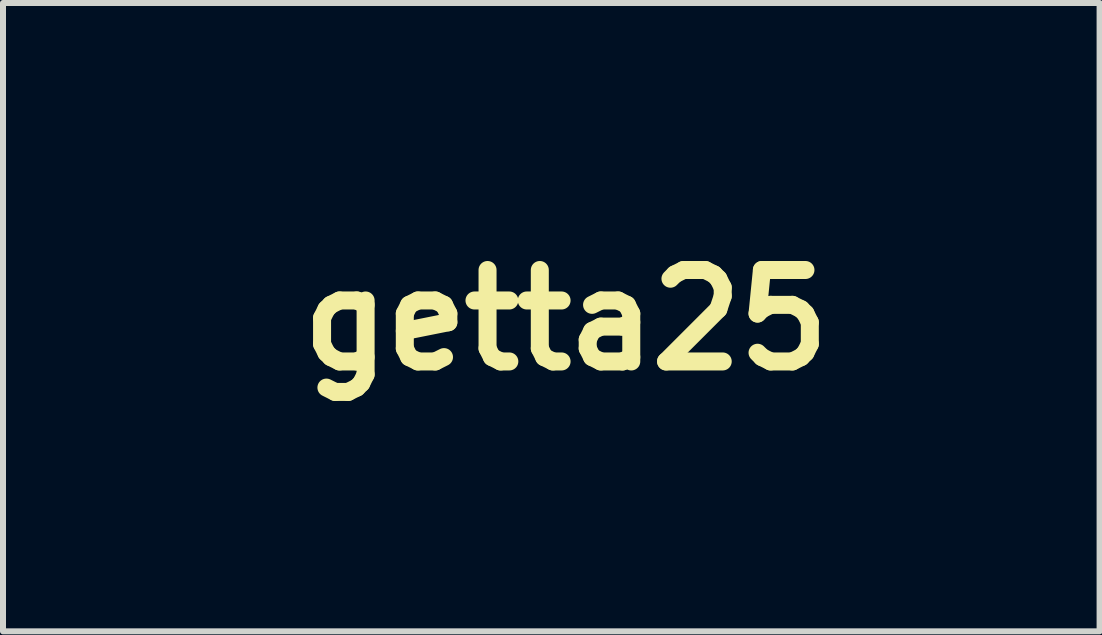
<source format=kicad_pcb>
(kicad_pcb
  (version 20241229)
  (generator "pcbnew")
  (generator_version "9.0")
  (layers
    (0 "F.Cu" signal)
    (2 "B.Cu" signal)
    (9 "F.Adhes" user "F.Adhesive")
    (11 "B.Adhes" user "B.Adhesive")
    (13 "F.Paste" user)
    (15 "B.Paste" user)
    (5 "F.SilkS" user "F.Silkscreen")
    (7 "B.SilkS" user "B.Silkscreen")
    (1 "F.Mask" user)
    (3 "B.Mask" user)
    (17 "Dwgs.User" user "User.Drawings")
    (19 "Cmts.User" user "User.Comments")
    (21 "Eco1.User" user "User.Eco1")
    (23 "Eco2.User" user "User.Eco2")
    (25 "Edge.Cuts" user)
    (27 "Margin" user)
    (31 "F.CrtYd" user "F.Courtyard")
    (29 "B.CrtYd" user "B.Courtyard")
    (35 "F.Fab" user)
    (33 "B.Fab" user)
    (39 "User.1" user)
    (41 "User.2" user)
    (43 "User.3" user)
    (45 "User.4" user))
  (footprint "getta25"
    (layer "F.Cu")
    (at 6.381 2.284)
    (property "Reference" "getta25" (at 0 0 0) (layer "F.SilkS") (effects (font (size 1.524 1.524) (thickness 0.3))))
    (attr through_hole)
    (fp_poly (pts (xy -2.49 -1.025) (xy -2.427 -1.014) (xy -2.435 -0.693) (xy -2.438 -0.572) (xy -2.442 -0.482) (xy -2.448 -0.415) (xy -2.456 -0.364) (xy -2.466 -0.324) (xy -2.48 -0.288) (xy -2.481 -0.286) (xy -2.546 -0.18) (xy -2.634 -0.102) (xy -2.743 -0.053) (xy -2.875 -0.033) (xy -3.027 -0.041) (xy -3.063 -0.047) (xy -3.139 -0.06) (xy -3.187 -0.065) (xy -3.216 -0.063) (xy -3.233 -0.054) (xy -3.242 -0.044) (xy -3.264 0.003) (xy -3.288 0.078) (xy -3.311 0.174) (xy -3.332 0.283) (xy -3.35 0.397) (xy -3.364 0.509) (xy -3.372 0.61) (xy -3.374 0.694) (xy -3.368 0.751) (xy -3.343 0.789) (xy -3.295 0.802) (xy -3.227 0.79) (xy -3.141 0.754) (xy -3.038 0.697) (xy -2.921 0.618) (xy -2.791 0.518) (xy -2.651 0.4) (xy -2.57 0.327) (xy -2.5 0.263) (xy -2.45 0.222) (xy -2.416 0.201) (xy -2.395 0.196) (xy -2.385 0.2) (xy -2.369 0.231) (xy -2.376 0.251) (xy -2.402 0.289) (xy -2.448 0.346) (xy -2.509 0.418) (xy -2.58 0.498) (xy -2.655 0.581) (xy -2.73 0.662) (xy -2.799 0.733) (xy -2.857 0.79) (xy -2.886 0.816) (xy -2.983 0.895) (xy -3.061 0.948) (xy -3.128 0.978) (xy -3.188 0.986) (xy -3.246 0.975) (xy -3.275 0.963) (xy -3.353 0.923) (xy -3.434 0.871) (xy -3.509 0.815) (xy -3.571 0.76) (xy -3.612 0.713) (xy -3.622 0.696) (xy -3.632 0.665) (xy -3.636 0.631) (xy -3.634 0.585) (xy -3.624 0.52) (xy -3.61 0.446) (xy -3.587 0.338) (xy -3.558 0.218) (xy -3.528 0.105) (xy -3.518 0.07) (xy -3.463 -0.115) (xy -3.501 -0.15) (xy -3.193 -0.15) (xy -3.176 -0.147) (xy -3.131 -0.146) (xy -3.065 -0.147) (xy -3.013 -0.148) (xy -2.924 -0.152) (xy -2.862 -0.16) (xy -2.819 -0.171) (xy -2.787 -0.188) (xy -2.782 -0.192) (xy -2.739 -0.228) (xy -2.708 -0.27) (xy -2.687 -0.323) (xy -2.675 -0.395) (xy -2.669 -0.49) (xy -2.667 -0.603) (xy -2.667 -0.853) (xy -2.714 -0.853) (xy -2.757 -0.838) (xy -2.812 -0.796) (xy -2.874 -0.734) (xy -2.938 -0.656) (xy -2.999 -0.567) (xy -3.011 -0.548) (xy -3.041 -0.492) (xy -3.077 -0.423) (xy -3.113 -0.347) (xy -3.146 -0.273) (xy -3.173 -0.21) (xy -3.19 -0.165) (xy -3.193 -0.15) (xy -3.501 -0.15) (xy -3.511 -0.16) (xy -3.54 -0.197) (xy -3.536 -0.221) (xy -3.501 -0.229) (xy -3.466 -0.225) (xy -3.444 -0.223) (xy -3.425 -0.232) (xy -3.405 -0.257) (xy -3.381 -0.304) (xy -3.347 -0.375) (xy -3.276 -0.523) (xy -3.2 -0.658) (xy -3.124 -0.777) (xy -3.05 -0.875) (xy -2.981 -0.949) (xy -2.92 -0.993) (xy -2.907 -0.999) (xy -2.864 -1.004) (xy -2.802 -0.989) (xy -2.773 -0.979) (xy -2.722 -0.959) (xy -2.687 -0.948) (xy -2.678 -0.947) (xy -2.646 -1.001) (xy -2.602 -1.028) (xy -2.539 -1.032) (xy -2.49 -1.025)) (stroke (width 0.01) (type solid)) (fill yes) (layer "F.Mask"))
    (fp_poly (pts (xy 3.322 -1.428) (xy 3.359 -1.41) (xy 3.402 -1.372) (xy 3.43 -1.343) (xy 3.476 -1.296) (xy 3.507 -1.27) (xy 3.534 -1.263) (xy 3.565 -1.267) (xy 3.576 -1.271) (xy 3.64 -1.285) (xy 3.687 -1.283) (xy 3.721 -1.263) (xy 3.744 -1.22) (xy 3.757 -1.151) (xy 3.762 -1.053) (xy 3.762 -0.947) (xy 3.76 -0.857) (xy 3.755 -0.781) (xy 3.745 -0.713) (xy 3.726 -0.65) (xy 3.697 -0.588) (xy 3.654 -0.523) (xy 3.596 -0.45) (xy 3.521 -0.366) (xy 3.425 -0.266) (xy 3.306 -0.147) (xy 3.259 -0.1) (xy 3.152 0.006) (xy 3.043 0.111) (xy 2.938 0.21) (xy 2.843 0.299) (xy 2.762 0.371) (xy 2.702 0.424) (xy 2.7 0.425) (xy 2.634 0.481) (xy 2.58 0.528) (xy 2.544 0.563) (xy 2.531 0.581) (xy 2.531 0.581) (xy 2.552 0.588) (xy 2.599 0.596) (xy 2.664 0.604) (xy 2.678 0.605) (xy 2.805 0.621) (xy 2.955 0.649) (xy 3.117 0.687) (xy 3.283 0.73) (xy 3.441 0.778) (xy 3.583 0.827) (xy 3.696 0.875) (xy 3.775 0.926) (xy 3.821 0.992) (xy 3.835 1.075) (xy 3.819 1.176) (xy 3.812 1.202) (xy 3.785 1.257) (xy 3.753 1.278) (xy 3.718 1.265) (xy 3.709 1.256) (xy 3.678 1.22) (xy 3.642 1.176) (xy 3.642 1.176) (xy 3.603 1.145) (xy 3.539 1.113) (xy 3.446 1.079) (xy 3.322 1.044) (xy 3.164 1.005) (xy 3.102 0.991) (xy 2.902 0.951) (xy 2.72 0.925) (xy 2.541 0.911) (xy 2.376 0.907) (xy 2.167 0.907) (xy 2.086 0.99) (xy 2.039 1.036) (xy 2.005 1.059) (xy 1.973 1.066) (xy 1.944 1.063) (xy 1.872 1.04) (xy 1.83 0.997) (xy 1.815 0.929) (xy 1.815 0.918) (xy 1.822 0.825) (xy 1.842 0.732) (xy 1.87 0.651) (xy 1.904 0.592) (xy 1.912 0.584) (xy 1.935 0.563) (xy 1.959 0.549) (xy 1.992 0.542) (xy 2.042 0.54) (xy 2.118 0.541) (xy 2.143 0.541) (xy 2.327 0.546) (xy 2.42 0.469) (xy 2.563 0.345) (xy 2.708 0.211) (xy 2.851 0.071) (xy 2.986 -0.069) (xy 3.108 -0.204) (xy 3.212 -0.328) (xy 3.293 -0.436) (xy 3.296 -0.441) (xy 3.381 -0.595) (xy 3.431 -0.753) (xy 3.447 -0.913) (xy 3.444 -0.999) (xy 3.43 -1.055) (xy 3.399 -1.088) (xy 3.346 -1.103) (xy 3.265 -1.107) (xy 3.263 -1.107) (xy 3.104 -1.089) (xy 2.936 -1.037) (xy 2.759 -0.951) (xy 2.631 -0.87) (xy 2.551 -0.814) (xy 2.498 -0.769) (xy 2.467 -0.728) (xy 2.454 -0.683) (xy 2.453 -0.627) (xy 2.456 -0.592) (xy 2.46 -0.52) (xy 2.456 -0.475) (xy 2.45 -0.463) (xy 2.426 -0.468) (xy 2.387 -0.496) (xy 2.339 -0.539) (xy 2.288 -0.593) (xy 2.24 -0.65) (xy 2.202 -0.704) (xy 2.189 -0.728) (xy 2.165 -0.786) (xy 2.153 -0.836) (xy 2.154 -0.854) (xy 2.178 -0.89) (xy 2.234 -0.941) (xy 2.322 -1.006) (xy 2.441 -1.085) (xy 2.551 -1.153) (xy 2.706 -1.24) (xy 2.86 -1.315) (xy 3.005 -1.373) (xy 3.136 -1.412) (xy 3.248 -1.432) (xy 3.282 -1.433) (xy 3.322 -1.428)) (stroke (width 0.01) (type solid)) (fill yes) (layer "F.Mask"))
    (fp_poly (pts (xy 1.065 -0.982) (xy 1.116 -0.951) (xy 1.177 -0.907) (xy 1.238 -0.859) (xy 1.29 -0.813) (xy 1.325 -0.777) (xy 1.33 -0.769) (xy 1.332 -0.744) (xy 1.308 -0.732) (xy 1.264 -0.737) (xy 1.245 -0.743) (xy 1.196 -0.755) (xy 1.132 -0.761) (xy 1.107 -0.762) (xy 1.049 -0.758) (xy 1.005 -0.743) (xy 0.957 -0.708) (xy 0.94 -0.694) (xy 0.82 -0.579) (xy 0.697 -0.434) (xy 0.568 -0.258) (xy 0.522 -0.191) (xy 0.398 0.008) (xy 0.296 0.198) (xy 0.217 0.376) (xy 0.162 0.537) (xy 0.133 0.679) (xy 0.132 0.694) (xy 0.127 0.753) (xy 0.129 0.784) (xy 0.141 0.796) (xy 0.166 0.798) (xy 0.171 0.798) (xy 0.223 0.79) (xy 0.271 0.772) (xy 0.311 0.743) (xy 0.37 0.689) (xy 0.443 0.615) (xy 0.528 0.523) (xy 0.621 0.419) (xy 0.717 0.306) (xy 0.796 0.209) (xy 0.943 0.022) (xy 1.066 -0.143) (xy 1.167 -0.292) (xy 1.25 -0.427) (xy 1.316 -0.554) (xy 1.368 -0.675) (xy 1.38 -0.709) (xy 1.412 -0.792) (xy 1.438 -0.843) (xy 1.466 -0.866) (xy 1.499 -0.864) (xy 1.543 -0.839) (xy 1.571 -0.819) (xy 1.616 -0.786) (xy 1.647 -0.759) (xy 1.665 -0.731) (xy 1.669 -0.696) (xy 1.66 -0.647) (xy 1.639 -0.578) (xy 1.606 -0.483) (xy 1.595 -0.452) (xy 1.558 -0.342) (xy 1.519 -0.223) (xy 1.481 -0.101) (xy 1.445 0.017) (xy 1.414 0.127) (xy 1.388 0.222) (xy 1.37 0.296) (xy 1.361 0.343) (xy 1.361 0.351) (xy 1.365 0.365) (xy 1.382 0.359) (xy 1.415 0.333) (xy 1.468 0.283) (xy 1.478 0.272) (xy 1.545 0.211) (xy 1.59 0.178) (xy 1.615 0.173) (xy 1.618 0.195) (xy 1.598 0.244) (xy 1.566 0.3) (xy 1.489 0.437) (xy 1.419 0.584) (xy 1.361 0.726) (xy 1.326 0.833) (xy 1.305 0.9) (xy 1.285 0.952) (xy 1.269 0.98) (xy 1.266 0.982) (xy 1.237 0.982) (xy 1.191 0.964) (xy 1.136 0.934) (xy 1.084 0.897) (xy 1.07 0.885) (xy 1.043 0.842) (xy 1.034 0.8) (xy 1.039 0.739) (xy 1.053 0.652) (xy 1.074 0.543) (xy 1.1 0.421) (xy 1.13 0.291) (xy 1.163 0.162) (xy 1.196 0.041) (xy 1.229 -0.067) (xy 1.241 -0.104) (xy 1.264 -0.178) (xy 1.273 -0.221) (xy 1.268 -0.232) (xy 1.249 -0.211) (xy 1.222 -0.168) (xy 1.175 -0.093) (xy 1.107 0.003) (xy 1.023 0.115) (xy 0.928 0.236) (xy 0.826 0.362) (xy 0.722 0.487) (xy 0.62 0.605) (xy 0.525 0.712) (xy 0.441 0.8) (xy 0.373 0.866) (xy 0.368 0.871) (xy 0.318 0.911) (xy 0.26 0.952) (xy 0.205 0.987) (xy 0.162 1.01) (xy 0.141 1.015) (xy 0.123 1.007) (xy 0.1 0.994) (xy 0.016 0.938) (xy -0.048 0.876) (xy -0.086 0.816) (xy -0.089 0.805) (xy -0.098 0.719) (xy -0.086 0.608) (xy -0.055 0.478) (xy -0.007 0.333) (xy 0.058 0.176) (xy 0.135 0.012) (xy 0.225 -0.154) (xy 0.326 -0.319) (xy 0.435 -0.478) (xy 0.465 -0.52) (xy 0.549 -0.626) (xy 0.637 -0.728) (xy 0.724 -0.82) (xy 0.804 -0.896) (xy 0.873 -0.953) (xy 0.916 -0.979) (xy 0.995 -1.018) (xy 1.065 -0.982)) (stroke (width 0.01) (type solid)) (fill yes) (layer "F.Mask"))
    (fp_poly (pts (xy 5.828 -1.465) (xy 5.848 -1.456) (xy 5.856 -1.428) (xy 5.865 -1.374) (xy 5.873 -1.305) (xy 5.881 -1.231) (xy 5.886 -1.162) (xy 5.888 -1.108) (xy 5.885 -1.081) (xy 5.873 -1.058) (xy 5.854 -1.043) (xy 5.824 -1.035) (xy 5.778 -1.034) (xy 5.71 -1.041) (xy 5.618 -1.055) (xy 5.495 -1.076) (xy 5.469 -1.081) (xy 5.342 -1.102) (xy 5.21 -1.122) (xy 5.082 -1.138) (xy 4.97 -1.15) (xy 4.905 -1.155) (xy 4.826 -1.16) (xy 4.766 -1.162) (xy 4.72 -1.158) (xy 4.685 -1.143) (xy 4.655 -1.114) (xy 4.627 -1.067) (xy 4.597 -0.998) (xy 4.559 -0.902) (xy 4.521 -0.807) (xy 4.457 -0.643) (xy 4.408 -0.51) (xy 4.372 -0.407) (xy 4.351 -0.332) (xy 4.341 -0.283) (xy 4.343 -0.262) (xy 4.354 -0.256) (xy 4.379 -0.26) (xy 4.424 -0.277) (xy 4.491 -0.308) (xy 4.585 -0.354) (xy 4.618 -0.371) (xy 4.802 -0.46) (xy 4.963 -0.529) (xy 5.099 -0.576) (xy 5.208 -0.601) (xy 5.263 -0.605) (xy 5.351 -0.59) (xy 5.426 -0.548) (xy 5.477 -0.483) (xy 5.481 -0.475) (xy 5.521 -0.426) (xy 5.583 -0.391) (xy 5.683 -0.338) (xy 5.758 -0.271) (xy 5.799 -0.206) (xy 5.812 -0.149) (xy 5.809 -0.076) (xy 5.789 0.016) (xy 5.75 0.133) (xy 5.722 0.206) (xy 5.609 0.453) (xy 5.466 0.706) (xy 5.296 0.959) (xy 5.102 1.208) (xy 4.889 1.447) (xy 4.661 1.671) (xy 4.551 1.769) (xy 4.379 1.91) (xy 4.226 2.022) (xy 4.094 2.104) (xy 3.981 2.158) (xy 3.886 2.182) (xy 3.81 2.178) (xy 3.783 2.167) (xy 3.739 2.137) (xy 3.68 2.088) (xy 3.616 2.028) (xy 3.555 1.966) (xy 3.504 1.909) (xy 3.474 1.867) (xy 3.473 1.865) (xy 3.458 1.817) (xy 3.463 1.778) (xy 3.488 1.76) (xy 3.493 1.76) (xy 3.521 1.767) (xy 3.57 1.786) (xy 3.613 1.805) (xy 3.723 1.843) (xy 3.829 1.849) (xy 3.936 1.822) (xy 4.004 1.791) (xy 4.137 1.714) (xy 4.277 1.615) (xy 4.427 1.491) (xy 4.591 1.341) (xy 4.683 1.252) (xy 4.873 1.053) (xy 5.042 0.855) (xy 5.187 0.661) (xy 5.308 0.472) (xy 5.402 0.292) (xy 5.469 0.124) (xy 5.505 -0.031) (xy 5.511 -0.085) (xy 5.515 -0.154) (xy 5.513 -0.198) (xy 5.502 -0.228) (xy 5.48 -0.255) (xy 5.465 -0.271) (xy 5.43 -0.302) (xy 5.397 -0.319) (xy 5.351 -0.325) (xy 5.295 -0.326) (xy 5.175 -0.312) (xy 5.036 -0.27) (xy 4.879 -0.203) (xy 4.707 -0.11) (xy 4.67 -0.089) (xy 4.573 -0.029) (xy 4.5 0.021) (xy 4.444 0.066) (xy 4.398 0.113) (xy 4.356 0.163) (xy 4.321 0.209) (xy 4.275 0.166) (xy 4.237 0.12) (xy 4.195 0.054) (xy 4.155 -0.022) (xy 4.122 -0.096) (xy 4.101 -0.158) (xy 4.097 -0.188) (xy 4.105 -0.226) (xy 4.126 -0.288) (xy 4.157 -0.365) (xy 4.196 -0.45) (xy 4.199 -0.457) (xy 4.249 -0.567) (xy 4.297 -0.683) (xy 4.341 -0.797) (xy 4.378 -0.904) (xy 4.406 -0.996) (xy 4.423 -1.066) (xy 4.426 -1.1) (xy 4.419 -1.15) (xy 4.399 -1.21) (xy 4.393 -1.225) (xy 4.361 -1.303) (xy 4.346 -1.358) (xy 4.349 -1.398) (xy 4.369 -1.43) (xy 4.374 -1.435) (xy 4.393 -1.451) (xy 4.418 -1.461) (xy 4.452 -1.466) (xy 4.501 -1.466) (xy 4.569 -1.46) (xy 4.661 -1.449) (xy 4.78 -1.431) (xy 4.88 -1.416) (xy 4.998 -1.4) (xy 5.135 -1.386) (xy 5.273 -1.374) (xy 5.388 -1.367) (xy 5.652 -1.356) (xy 5.693 -1.413) (xy 5.735 -1.456) (xy 5.783 -1.47) (xy 5.787 -1.47) (xy 5.828 -1.465)) (stroke (width 0.01) (type solid)) (fill yes) (layer "F.Mask"))
    (fp_poly (pts (xy -4.572 -2.27) (xy -4.518 -2.247) (xy -4.505 -2.241) (xy -4.438 -2.208) (xy -4.375 -2.171) (xy -4.343 -2.149) (xy -4.294 -2.116) (xy -4.264 -2.108) (xy -4.248 -2.127) (xy -4.24 -2.157) (xy -4.224 -2.198) (xy -4.203 -2.219) (xy -4.17 -2.217) (xy -4.119 -2.2) (xy -4.063 -2.174) (xy -4.014 -2.145) (xy -3.983 -2.118) (xy -3.979 -2.112) (xy -3.975 -2.074) (xy -3.98 -2.01) (xy -3.991 -1.925) (xy -4.008 -1.827) (xy -4.028 -1.725) (xy -4.052 -1.624) (xy -4.077 -1.534) (xy -4.082 -1.518) (xy -4.113 -1.426) (xy -4.142 -1.365) (xy -4.174 -1.33) (xy -4.214 -1.317) (xy -4.269 -1.321) (xy -4.322 -1.332) (xy -4.38 -1.347) (xy -4.425 -1.361) (xy -4.442 -1.368) (xy -4.462 -1.396) (xy -4.453 -1.426) (xy -4.427 -1.442) (xy -4.401 -1.467) (xy -4.373 -1.523) (xy -4.346 -1.602) (xy -4.322 -1.7) (xy -4.303 -1.81) (xy -4.301 -1.822) (xy -4.292 -1.907) (xy -4.295 -1.962) (xy -4.315 -1.995) (xy -4.354 -2.01) (xy -4.418 -2.014) (xy -4.423 -2.014) (xy -4.535 -1.998) (xy -4.659 -1.952) (xy -4.793 -1.877) (xy -4.934 -1.777) (xy -5.08 -1.653) (xy -5.227 -1.507) (xy -5.373 -1.343) (xy -5.496 -1.186) (xy -5.661 -0.949) (xy -5.8 -0.717) (xy -5.912 -0.493) (xy -5.996 -0.28) (xy -6.051 -0.079) (xy -6.076 0.106) (xy -6.078 0.16) (xy -6.067 0.286) (xy -6.034 0.387) (xy -5.977 0.468) (xy -5.926 0.511) (xy -5.881 0.541) (xy -5.843 0.556) (xy -5.796 0.561) (xy -5.731 0.559) (xy -5.652 0.55) (xy -5.579 0.53) (xy -5.495 0.495) (xy -5.473 0.484) (xy -5.346 0.412) (xy -5.202 0.316) (xy -5.048 0.2) (xy -4.889 0.069) (xy -4.732 -0.072) (xy -4.581 -0.219) (xy -4.442 -0.366) (xy -4.439 -0.369) (xy -4.329 -0.494) (xy -4.582 -0.478) (xy -4.727 -0.47) (xy -4.841 -0.467) (xy -4.928 -0.469) (xy -4.993 -0.479) (xy -5.039 -0.497) (xy -5.073 -0.525) (xy -5.098 -0.564) (xy -5.119 -0.615) (xy -5.123 -0.628) (xy -5.138 -0.674) (xy -5.137 -0.699) (xy -5.118 -0.705) (xy -5.073 -0.696) (xy -5.018 -0.68) (xy -4.933 -0.664) (xy -4.814 -0.656) (xy -4.663 -0.656) (xy -4.482 -0.664) (xy -4.405 -0.67) (xy -4.316 -0.678) (xy -4.254 -0.686) (xy -4.212 -0.697) (xy -4.18 -0.713) (xy -4.153 -0.733) (xy -4.107 -0.765) (xy -4.066 -0.774) (xy -4.039 -0.77) (xy -3.981 -0.754) (xy -3.912 -0.729) (xy -3.843 -0.701) (xy -3.784 -0.673) (xy -3.745 -0.65) (xy -3.737 -0.643) (xy -3.718 -0.605) (xy -3.732 -0.573) (xy -3.78 -0.544) (xy -3.846 -0.522) (xy -3.914 -0.5) (xy -3.968 -0.474) (xy -3.995 -0.454) (xy -4.011 -0.421) (xy -4.032 -0.361) (xy -4.053 -0.287) (xy -4.064 -0.24) (xy -4.111 -0.038) (xy -4.162 0.168) (xy -4.216 0.375) (xy -4.271 0.578) (xy -4.327 0.772) (xy -4.382 0.953) (xy -4.434 1.116) (xy -4.483 1.256) (xy -4.526 1.37) (xy -4.562 1.45) (xy -4.616 1.535) (xy -4.677 1.586) (xy -4.749 1.603) (xy -4.836 1.589) (xy -4.885 1.571) (xy -4.956 1.539) (xy -5.037 1.497) (xy -5.119 1.451) (xy -5.192 1.406) (xy -5.248 1.368) (xy -5.271 1.348) (xy -5.292 1.323) (xy -5.285 1.306) (xy -5.271 1.295) (xy -5.243 1.283) (xy -5.205 1.287) (xy -5.167 1.299) (xy -5.099 1.316) (xy -5.029 1.324) (xy -5.02 1.324) (xy -4.975 1.321) (xy -4.937 1.305) (xy -4.896 1.271) (xy -4.868 1.242) (xy -4.808 1.165) (xy -4.742 1.055) (xy -4.674 0.915) (xy -4.603 0.75) (xy -4.533 0.562) (xy -4.518 0.517) (xy -4.483 0.413) (xy -4.447 0.301) (xy -4.411 0.186) (xy -4.378 0.075) (xy -4.348 -0.027) (xy -4.324 -0.112) (xy -4.307 -0.177) (xy -4.3 -0.214) (xy -4.3 -0.218) (xy -4.311 -0.213) (xy -4.343 -0.187) (xy -4.389 -0.142) (xy -4.446 -0.084) (xy -4.448 -0.082) (xy -4.61 0.08) (xy -4.778 0.232) (xy -4.948 0.369) (xy -5.115 0.489) (xy -5.276 0.591) (xy -5.427 0.67) (xy -5.563 0.724) (xy -5.646 0.745) (xy -5.74 0.754) (xy -5.825 0.742) (xy -5.912 0.707) (xy -6.009 0.646) (xy -6.021 0.638) (xy -6.144 0.545) (xy -6.238 0.463) (xy -6.305 0.386) (xy -6.348 0.308) (xy -6.371 0.224) (xy -6.376 0.127) (xy -6.367 0.011) (xy -6.36 -0.037) (xy -6.311 -0.264) (xy -6.231 -0.501) (xy -6.123 -0.745) (xy -5.989 -0.991) (xy -5.831 -1.235) (xy -5.652 -1.472) (xy -5.455 -1.698) (xy -5.446 -1.707) (xy -5.28 -1.873) (xy -5.122 -2.013) (xy -4.973 -2.124) (xy -4.835 -2.207) (xy -4.711 -2.259) (xy -4.703 -2.261) (xy -4.65 -2.275) (xy -4.611 -2.279) (xy -4.572 -2.27)) (stroke (width 0.01) (type solid)) (fill yes) (layer "F.Mask"))
    (fp_poly (pts (xy 0.057 -2.135) (xy 0.153 -2.099) (xy 0.162 -2.094) (xy 0.239 -2.055) (xy 0.284 -2.019) (xy 0.298 -1.991) (xy 0.279 -1.97) (xy 0.226 -1.96) (xy 0.202 -1.959) (xy 0.15 -1.949) (xy 0.097 -1.916) (xy 0.044 -1.859) (xy -0.012 -1.776) (xy -0.072 -1.664) (xy -0.136 -1.523) (xy -0.206 -1.349) (xy -0.266 -1.189) (xy -0.296 -1.104) (xy -0.321 -1.029) (xy -0.338 -0.971) (xy -0.345 -0.939) (xy -0.345 -0.937) (xy -0.343 -0.923) (xy -0.334 -0.914) (xy -0.311 -0.908) (xy -0.27 -0.907) (xy -0.204 -0.908) (xy -0.108 -0.911) (xy -0.1 -0.911) (xy 0.003 -0.915) (xy 0.076 -0.915) (xy 0.123 -0.912) (xy 0.152 -0.905) (xy 0.166 -0.895) (xy 0.177 -0.868) (xy 0.159 -0.841) (xy 0.135 -0.827) (xy 0.089 -0.816) (xy 0.018 -0.805) (xy -0.084 -0.795) (xy -0.134 -0.791) (xy -0.227 -0.783) (xy -0.308 -0.775) (xy -0.368 -0.768) (xy -0.401 -0.763) (xy -0.406 -0.761) (xy -0.415 -0.74) (xy -0.432 -0.691) (xy -0.456 -0.618) (xy -0.483 -0.53) (xy -0.513 -0.431) (xy -0.544 -0.329) (xy -0.573 -0.229) (xy -0.599 -0.137) (xy -0.62 -0.06) (xy -0.624 -0.044) (xy -0.656 0.093) (xy -0.686 0.234) (xy -0.71 0.369) (xy -0.729 0.492) (xy -0.741 0.594) (xy -0.744 0.656) (xy -0.743 0.716) (xy -0.737 0.747) (xy -0.723 0.76) (xy -0.702 0.762) (xy -0.67 0.754) (xy -0.625 0.728) (xy -0.565 0.682) (xy -0.487 0.615) (xy -0.387 0.522) (xy -0.384 0.52) (xy -0.324 0.465) (xy -0.282 0.436) (xy -0.257 0.428) (xy -0.25 0.432) (xy -0.239 0.461) (xy -0.249 0.494) (xy -0.274 0.533) (xy -0.319 0.592) (xy -0.377 0.663) (xy -0.443 0.739) (xy -0.511 0.815) (xy -0.575 0.883) (xy -0.628 0.936) (xy -0.666 0.968) (xy -0.74 1.02) (xy -0.861 0.952) (xy -0.931 0.912) (xy -0.979 0.877) (xy -1.007 0.841) (xy -1.019 0.795) (xy -1.017 0.732) (xy -1.004 0.645) (xy -0.996 0.599) (xy -0.962 0.412) (xy -0.918 0.202) (xy -0.867 -0.02) (xy -0.812 -0.244) (xy -0.755 -0.459) (xy -0.755 -0.46) (xy -0.722 -0.584) (xy -0.701 -0.674) (xy -0.692 -0.731) (xy -0.696 -0.753) (xy -0.696 -0.753) (xy -0.724 -0.758) (xy -0.776 -0.766) (xy -0.82 -0.771) (xy -0.88 -0.781) (xy -0.926 -0.796) (xy -0.943 -0.807) (xy -0.974 -0.823) (xy -1.016 -0.817) (xy -1.054 -0.81) (xy -1.119 -0.802) (xy -1.202 -0.794) (xy -1.285 -0.789) (xy -1.371 -0.783) (xy -1.444 -0.776) (xy -1.497 -0.77) (xy -1.52 -0.764) (xy -1.532 -0.743) (xy -1.552 -0.693) (xy -1.578 -0.619) (xy -1.608 -0.527) (xy -1.641 -0.423) (xy -1.674 -0.314) (xy -1.706 -0.203) (xy -1.735 -0.098) (xy -1.749 -0.044) (xy -1.781 0.093) (xy -1.811 0.234) (xy -1.835 0.369) (xy -1.854 0.492) (xy -1.866 0.594) (xy -1.869 0.656) (xy -1.868 0.716) (xy -1.862 0.747) (xy -1.848 0.76) (xy -1.827 0.762) (xy -1.795 0.754) (xy -1.75 0.728) (xy -1.69 0.682) (xy -1.612 0.615) (xy -1.512 0.522) (xy -1.509 0.52) (xy -1.448 0.465) (xy -1.407 0.436) (xy -1.382 0.428) (xy -1.375 0.432) (xy -1.365 0.448) (xy -1.366 0.469) (xy -1.38 0.5) (xy -1.41 0.545) (xy -1.459 0.607) (xy -1.528 0.692) (xy -1.549 0.717) (xy -1.627 0.807) (xy -1.701 0.885) (xy -1.767 0.949) (xy -1.821 0.993) (xy -1.859 1.014) (xy -1.867 1.015) (xy -1.887 1.007) (xy -1.93 0.984) (xy -1.986 0.953) (xy -1.992 0.95) (xy -2.06 0.91) (xy -2.106 0.876) (xy -2.133 0.839) (xy -2.144 0.793) (xy -2.141 0.73) (xy -2.129 0.642) (xy -2.121 0.599) (xy -2.087 0.412) (xy -2.043 0.202) (xy -1.992 -0.02) (xy -1.937 -0.244) (xy -1.88 -0.459) (xy -1.88 -0.46) (xy -1.847 -0.584) (xy -1.826 -0.674) (xy -1.817 -0.731) (xy -1.82 -0.753) (xy -1.821 -0.753) (xy -1.849 -0.758) (xy -1.901 -0.766) (xy -1.945 -0.771) (xy -2.024 -0.787) (xy -2.07 -0.81) (xy -2.082 -0.838) (xy -2.058 -0.868) (xy -2 -0.896) (xy -1.964 -0.907) (xy -1.89 -0.93) (xy -1.814 -0.958) (xy -1.796 -0.965) (xy -1.714 -0.999) (xy -1.617 -1.284) (xy -1.56 -1.443) (xy -1.503 -1.595) (xy -1.448 -1.733) (xy -1.397 -1.852) (xy -1.353 -1.946) (xy -1.317 -2.011) (xy -1.262 -2.085) (xy -1.207 -2.129) (xy -1.144 -2.145) (xy -1.068 -2.135) (xy -0.972 -2.099) (xy -0.963 -2.094) (xy -0.886 -2.055) (xy -0.841 -2.019) (xy -0.827 -1.991) (xy -0.846 -1.97) (xy -0.899 -1.96) (xy -0.923 -1.959) (xy -0.975 -1.949) (xy -1.028 -1.916) (xy -1.081 -1.859) (xy -1.137 -1.776) (xy -1.197 -1.664) (xy -1.261 -1.523) (xy -1.331 -1.349) (xy -1.391 -1.189) (xy -1.421 -1.104) (xy -1.446 -1.029) (xy -1.463 -0.971) (xy -1.47 -0.939) (xy -1.47 -0.937) (xy -1.468 -0.923) (xy -1.458 -0.914) (xy -1.436 -0.908) (xy -1.395 -0.907) (xy -1.329 -0.908) (xy -1.233 -0.911) (xy -1.225 -0.911) (xy -1.118 -0.914) (xy -1.042 -0.914) (xy -0.993 -0.91) (xy -0.967 -0.902) (xy -0.961 -0.898) (xy -0.944 -0.888) (xy -0.912 -0.889) (xy -0.857 -0.902) (xy -0.811 -0.916) (xy -0.734 -0.94) (xy -0.677 -0.96) (xy -0.635 -0.983) (xy -0.603 -1.012) (xy -0.576 -1.055) (xy -0.55 -1.117) (xy -0.52 -1.203) (xy -0.492 -1.285) (xy -0.435 -1.444) (xy -0.378 -1.595) (xy -0.323 -1.733) (xy -0.272 -1.852) (xy -0.228 -1.947) (xy -0.192 -2.011) (xy -0.137 -2.085) (xy -0.082 -2.129) (xy -0.02 -2.145) (xy 0.057 -2.135)) (stroke (width 0.01) (type solid)) (fill yes) (layer "F.Mask")))
  (gr_rect
    (start -3 -3)
    (end 15.274 7.471)
    (stroke (width 0.1) (type default))
    (fill no)
    (layer "Edge.Cuts")))
</source>
